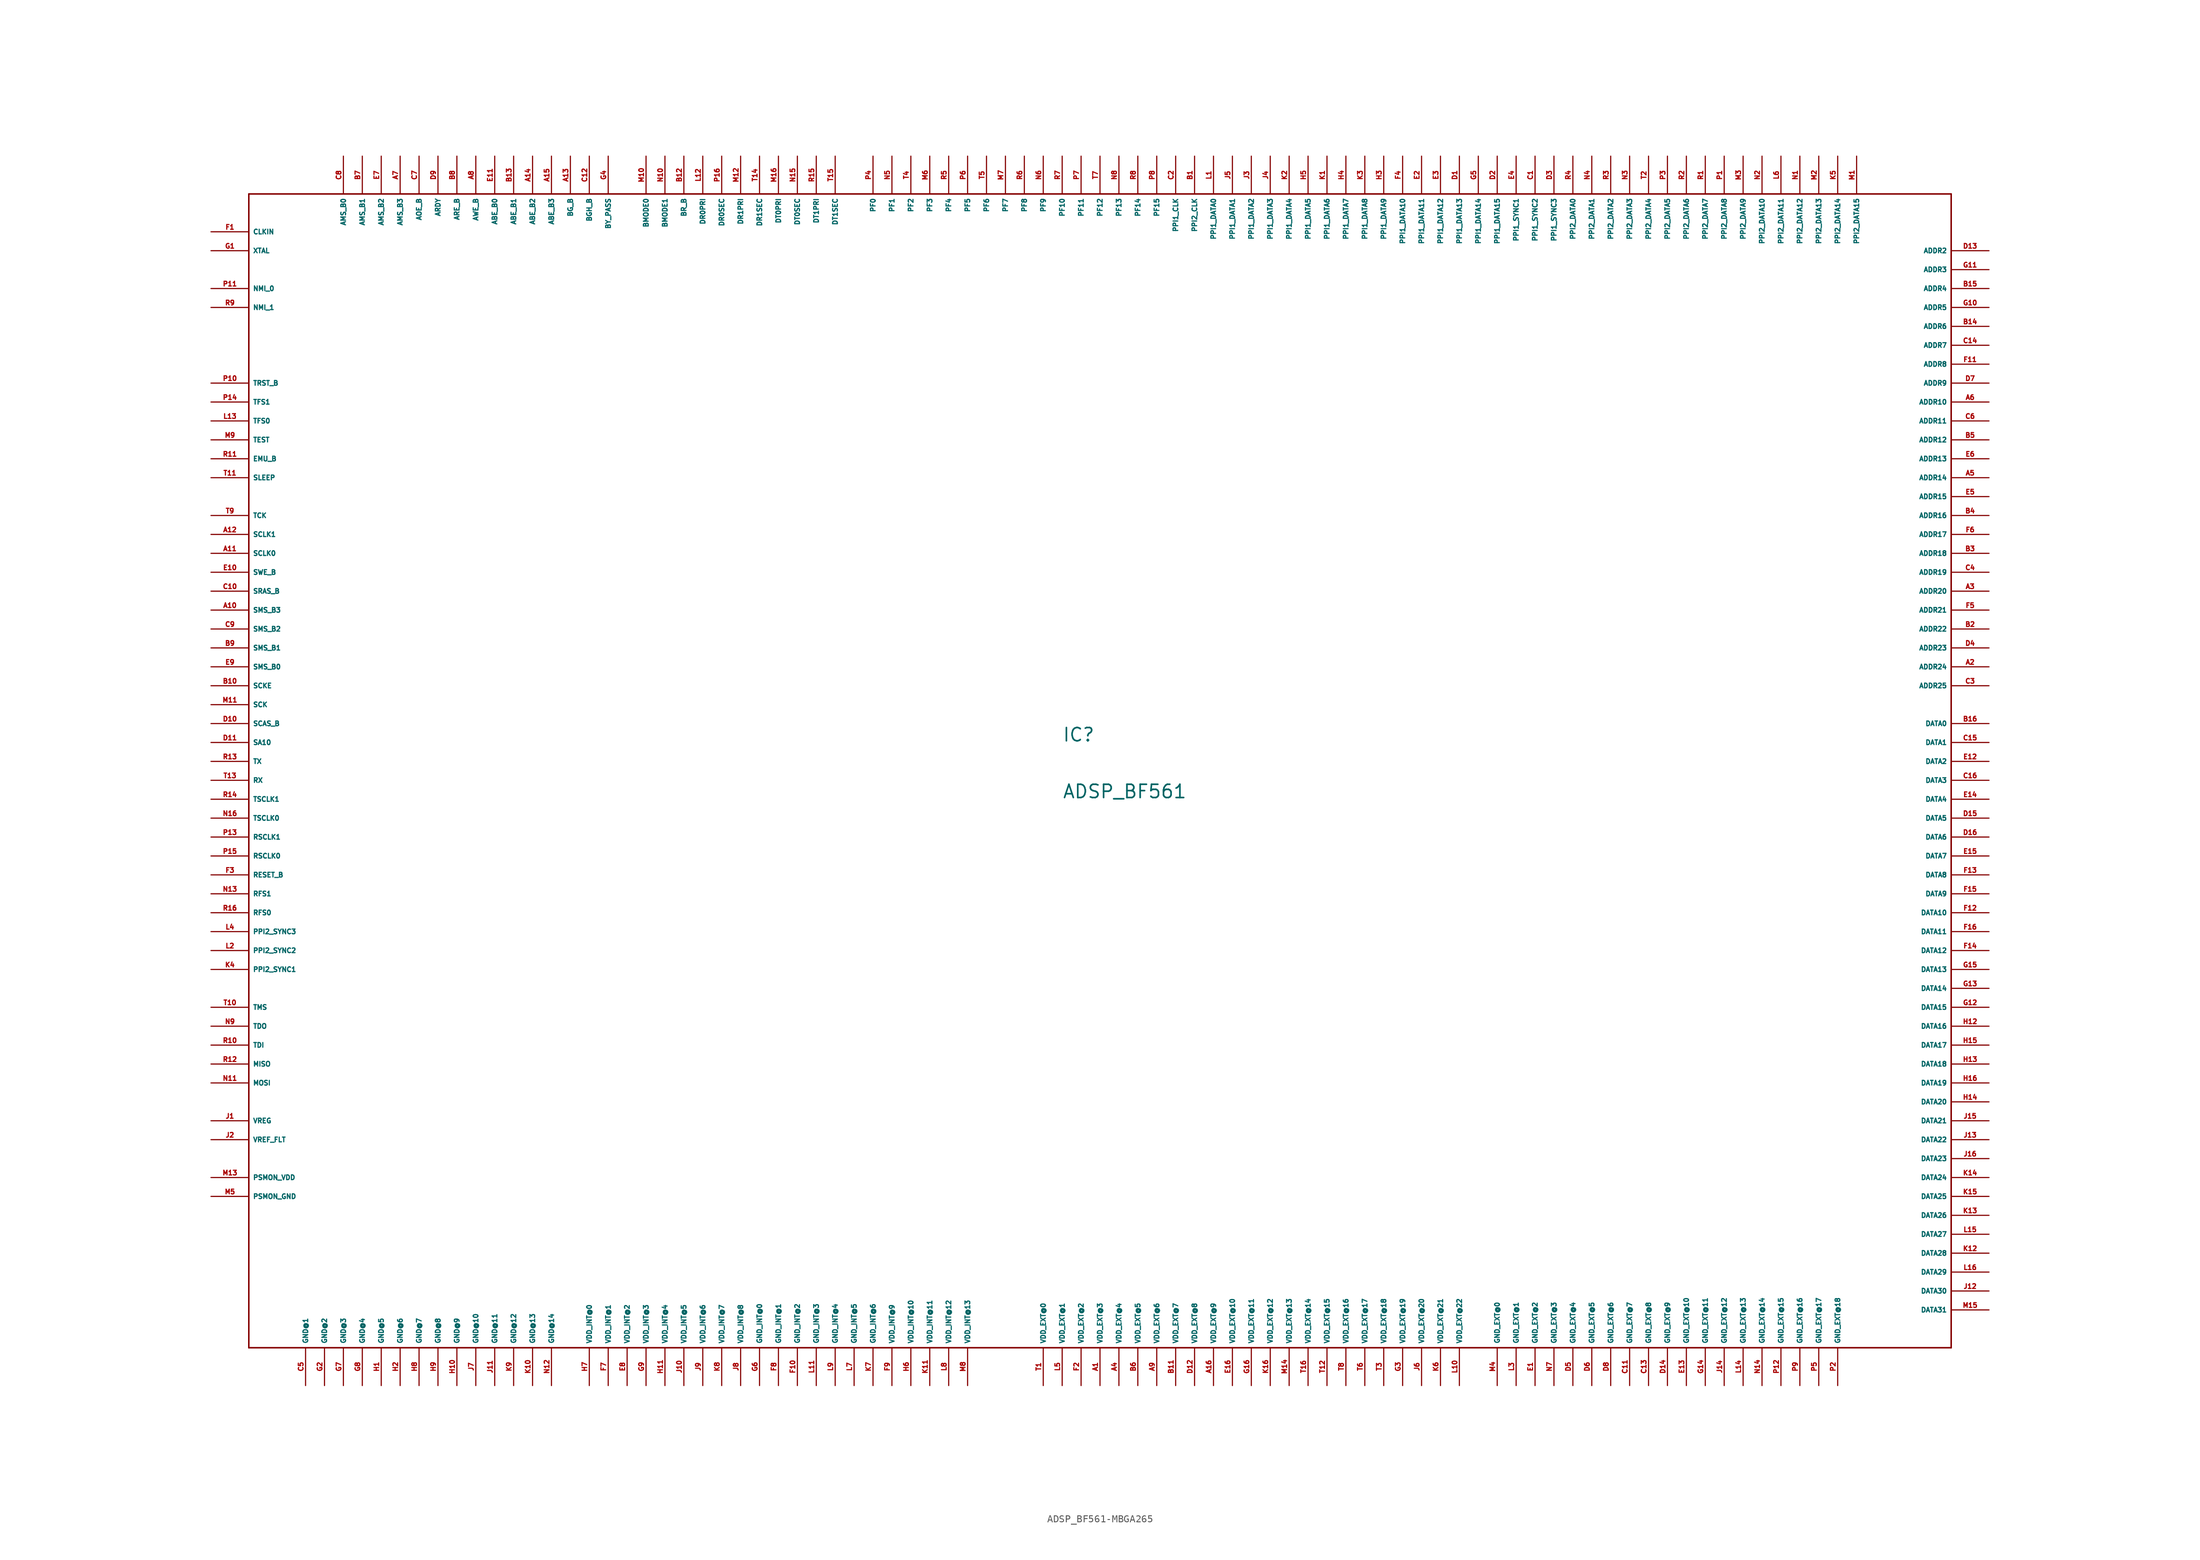
<source format=kicad_sym>
(kicad_symbol_lib
  (version 20220914)
  (generator Eagle2Kicad)
  (symbol "ADSP_BF561-MBGA265"
    (property "Reference" "IC"
      (at -5.08 2.54 0)
      (effects (font (size 1.778 1.778) (thickness 0.22)) (justify left bottom)))
    (property "Value" "ADSP_BF561"
      (at -5.08 -5.08 0)
      (effects (font (size 1.778 1.778) (thickness 0.22)) (justify left bottom)))
    (polyline
      (pts (xy -114.3 -78.74) (xy 114.3 -78.74))
      (stroke (width 0.203) (type default))
      (fill (type none)))
    (polyline
      (pts (xy 114.3 -78.74) (xy 114.3 76.2))
      (stroke (width 0.203) (type default))
      (fill (type none)))
    (polyline
      (pts (xy 114.3 76.2) (xy -114.3 76.2))
      (stroke (width 0.203) (type default))
      (fill (type none)))
    (polyline
      (pts (xy -114.3 76.2) (xy -114.3 -78.74))
      (stroke (width 0.203) (type default))
      (fill (type none)))
    (pin output line
      (at 119.38 68.58 180)
      (length 5.08)
      (name "ADDR2" (effects (font (size 0.635 0.635) (thickness 0.08)) (justify left bottom)))
      (number "D13" (effects (font (size 0.635 0.635) (thickness 0.08)) (justify left bottom))))
    (pin output line
      (at 119.38 66.04 180)
      (length 5.08)
      (name "ADDR3" (effects (font (size 0.635 0.635) (thickness 0.08)) (justify left bottom)))
      (number "G11" (effects (font (size 0.635 0.635) (thickness 0.08)) (justify left bottom))))
    (pin output line
      (at 119.38 63.5 180)
      (length 5.08)
      (name "ADDR4" (effects (font (size 0.635 0.635) (thickness 0.08)) (justify left bottom)))
      (number "B15" (effects (font (size 0.635 0.635) (thickness 0.08)) (justify left bottom))))
    (pin output line
      (at 119.38 60.96 180)
      (length 5.08)
      (name "ADDR5" (effects (font (size 0.635 0.635) (thickness 0.08)) (justify left bottom)))
      (number "G10" (effects (font (size 0.635 0.635) (thickness 0.08)) (justify left bottom))))
    (pin output line
      (at 119.38 58.42 180)
      (length 5.08)
      (name "ADDR6" (effects (font (size 0.635 0.635) (thickness 0.08)) (justify left bottom)))
      (number "B14" (effects (font (size 0.635 0.635) (thickness 0.08)) (justify left bottom))))
    (pin output line
      (at 119.38 55.88 180)
      (length 5.08)
      (name "ADDR7" (effects (font (size 0.635 0.635) (thickness 0.08)) (justify left bottom)))
      (number "C14" (effects (font (size 0.635 0.635) (thickness 0.08)) (justify left bottom))))
    (pin output line
      (at 119.38 53.34 180)
      (length 5.08)
      (name "ADDR8" (effects (font (size 0.635 0.635) (thickness 0.08)) (justify left bottom)))
      (number "F11" (effects (font (size 0.635 0.635) (thickness 0.08)) (justify left bottom))))
    (pin output line
      (at 119.38 50.8 180)
      (length 5.08)
      (name "ADDR9" (effects (font (size 0.635 0.635) (thickness 0.08)) (justify left bottom)))
      (number "D7" (effects (font (size 0.635 0.635) (thickness 0.08)) (justify left bottom))))
    (pin output line
      (at 119.38 48.26 180)
      (length 5.08)
      (name "ADDR10" (effects (font (size 0.635 0.635) (thickness 0.08)) (justify left bottom)))
      (number "A6" (effects (font (size 0.635 0.635) (thickness 0.08)) (justify left bottom))))
    (pin output line
      (at 119.38 45.72 180)
      (length 5.08)
      (name "ADDR11" (effects (font (size 0.635 0.635) (thickness 0.08)) (justify left bottom)))
      (number "C6" (effects (font (size 0.635 0.635) (thickness 0.08)) (justify left bottom))))
    (pin output line
      (at 119.38 43.18 180)
      (length 5.08)
      (name "ADDR12" (effects (font (size 0.635 0.635) (thickness 0.08)) (justify left bottom)))
      (number "B5" (effects (font (size 0.635 0.635) (thickness 0.08)) (justify left bottom))))
    (pin output line
      (at 119.38 40.64 180)
      (length 5.08)
      (name "ADDR13" (effects (font (size 0.635 0.635) (thickness 0.08)) (justify left bottom)))
      (number "E6" (effects (font (size 0.635 0.635) (thickness 0.08)) (justify left bottom))))
    (pin output line
      (at 119.38 38.1 180)
      (length 5.08)
      (name "ADDR14" (effects (font (size 0.635 0.635) (thickness 0.08)) (justify left bottom)))
      (number "A5" (effects (font (size 0.635 0.635) (thickness 0.08)) (justify left bottom))))
    (pin output line
      (at 119.38 35.56 180)
      (length 5.08)
      (name "ADDR15" (effects (font (size 0.635 0.635) (thickness 0.08)) (justify left bottom)))
      (number "E5" (effects (font (size 0.635 0.635) (thickness 0.08)) (justify left bottom))))
    (pin output line
      (at 119.38 33.02 180)
      (length 5.08)
      (name "ADDR16" (effects (font (size 0.635 0.635) (thickness 0.08)) (justify left bottom)))
      (number "B4" (effects (font (size 0.635 0.635) (thickness 0.08)) (justify left bottom))))
    (pin output line
      (at 119.38 30.48 180)
      (length 5.08)
      (name "ADDR17" (effects (font (size 0.635 0.635) (thickness 0.08)) (justify left bottom)))
      (number "F6" (effects (font (size 0.635 0.635) (thickness 0.08)) (justify left bottom))))
    (pin output line
      (at 119.38 27.94 180)
      (length 5.08)
      (name "ADDR18" (effects (font (size 0.635 0.635) (thickness 0.08)) (justify left bottom)))
      (number "B3" (effects (font (size 0.635 0.635) (thickness 0.08)) (justify left bottom))))
    (pin output line
      (at 119.38 25.4 180)
      (length 5.08)
      (name "ADDR19" (effects (font (size 0.635 0.635) (thickness 0.08)) (justify left bottom)))
      (number "C4" (effects (font (size 0.635 0.635) (thickness 0.08)) (justify left bottom))))
    (pin output line
      (at 119.38 22.86 180)
      (length 5.08)
      (name "ADDR20" (effects (font (size 0.635 0.635) (thickness 0.08)) (justify left bottom)))
      (number "A3" (effects (font (size 0.635 0.635) (thickness 0.08)) (justify left bottom))))
    (pin output line
      (at 119.38 20.32 180)
      (length 5.08)
      (name "ADDR21" (effects (font (size 0.635 0.635) (thickness 0.08)) (justify left bottom)))
      (number "F5" (effects (font (size 0.635 0.635) (thickness 0.08)) (justify left bottom))))
    (pin output line
      (at 119.38 17.78 180)
      (length 5.08)
      (name "ADDR22" (effects (font (size 0.635 0.635) (thickness 0.08)) (justify left bottom)))
      (number "B2" (effects (font (size 0.635 0.635) (thickness 0.08)) (justify left bottom))))
    (pin output line
      (at 119.38 15.24 180)
      (length 5.08)
      (name "ADDR23" (effects (font (size 0.635 0.635) (thickness 0.08)) (justify left bottom)))
      (number "D4" (effects (font (size 0.635 0.635) (thickness 0.08)) (justify left bottom))))
    (pin output line
      (at 119.38 12.7 180)
      (length 5.08)
      (name "ADDR24" (effects (font (size 0.635 0.635) (thickness 0.08)) (justify left bottom)))
      (number "A2" (effects (font (size 0.635 0.635) (thickness 0.08)) (justify left bottom))))
    (pin output line
      (at 119.38 10.16 180)
      (length 5.08)
      (name "ADDR25" (effects (font (size 0.635 0.635) (thickness 0.08)) (justify left bottom)))
      (number "C3" (effects (font (size 0.635 0.635) (thickness 0.08)) (justify left bottom))))
    (pin bidirectional line
      (at 119.38 5.08 180)
      (length 5.08)
      (name "DATA0" (effects (font (size 0.635 0.635) (thickness 0.08)) (justify left bottom)))
      (number "B16" (effects (font (size 0.635 0.635) (thickness 0.08)) (justify left bottom))))
    (pin bidirectional line
      (at 119.38 2.54 180)
      (length 5.08)
      (name "DATA1" (effects (font (size 0.635 0.635) (thickness 0.08)) (justify left bottom)))
      (number "C15" (effects (font (size 0.635 0.635) (thickness 0.08)) (justify left bottom))))
    (pin bidirectional line
      (at 119.38 0 180)
      (length 5.08)
      (name "DATA2" (effects (font (size 0.635 0.635) (thickness 0.08)) (justify left bottom)))
      (number "E12" (effects (font (size 0.635 0.635) (thickness 0.08)) (justify left bottom))))
    (pin bidirectional line
      (at 119.38 -2.54 180)
      (length 5.08)
      (name "DATA3" (effects (font (size 0.635 0.635) (thickness 0.08)) (justify left bottom)))
      (number "C16" (effects (font (size 0.635 0.635) (thickness 0.08)) (justify left bottom))))
    (pin bidirectional line
      (at 119.38 -5.08 180)
      (length 5.08)
      (name "DATA4" (effects (font (size 0.635 0.635) (thickness 0.08)) (justify left bottom)))
      (number "E14" (effects (font (size 0.635 0.635) (thickness 0.08)) (justify left bottom))))
    (pin bidirectional line
      (at 119.38 -7.62 180)
      (length 5.08)
      (name "DATA5" (effects (font (size 0.635 0.635) (thickness 0.08)) (justify left bottom)))
      (number "D15" (effects (font (size 0.635 0.635) (thickness 0.08)) (justify left bottom))))
    (pin bidirectional line
      (at 119.38 -10.16 180)
      (length 5.08)
      (name "DATA6" (effects (font (size 0.635 0.635) (thickness 0.08)) (justify left bottom)))
      (number "D16" (effects (font (size 0.635 0.635) (thickness 0.08)) (justify left bottom))))
    (pin bidirectional line
      (at 119.38 -12.7 180)
      (length 5.08)
      (name "DATA7" (effects (font (size 0.635 0.635) (thickness 0.08)) (justify left bottom)))
      (number "E15" (effects (font (size 0.635 0.635) (thickness 0.08)) (justify left bottom))))
    (pin bidirectional line
      (at 119.38 -15.24 180)
      (length 5.08)
      (name "DATA8" (effects (font (size 0.635 0.635) (thickness 0.08)) (justify left bottom)))
      (number "F13" (effects (font (size 0.635 0.635) (thickness 0.08)) (justify left bottom))))
    (pin bidirectional line
      (at 119.38 -17.78 180)
      (length 5.08)
      (name "DATA9" (effects (font (size 0.635 0.635) (thickness 0.08)) (justify left bottom)))
      (number "F15" (effects (font (size 0.635 0.635) (thickness 0.08)) (justify left bottom))))
    (pin bidirectional line
      (at 119.38 -20.32 180)
      (length 5.08)
      (name "DATA10" (effects (font (size 0.635 0.635) (thickness 0.08)) (justify left bottom)))
      (number "F12" (effects (font (size 0.635 0.635) (thickness 0.08)) (justify left bottom))))
    (pin bidirectional line
      (at 119.38 -22.86 180)
      (length 5.08)
      (name "DATA11" (effects (font (size 0.635 0.635) (thickness 0.08)) (justify left bottom)))
      (number "F16" (effects (font (size 0.635 0.635) (thickness 0.08)) (justify left bottom))))
    (pin bidirectional line
      (at 119.38 -25.4 180)
      (length 5.08)
      (name "DATA12" (effects (font (size 0.635 0.635) (thickness 0.08)) (justify left bottom)))
      (number "F14" (effects (font (size 0.635 0.635) (thickness 0.08)) (justify left bottom))))
    (pin bidirectional line
      (at 119.38 -27.94 180)
      (length 5.08)
      (name "DATA13" (effects (font (size 0.635 0.635) (thickness 0.08)) (justify left bottom)))
      (number "G15" (effects (font (size 0.635 0.635) (thickness 0.08)) (justify left bottom))))
    (pin bidirectional line
      (at 119.38 -30.48 180)
      (length 5.08)
      (name "DATA14" (effects (font (size 0.635 0.635) (thickness 0.08)) (justify left bottom)))
      (number "G13" (effects (font (size 0.635 0.635) (thickness 0.08)) (justify left bottom))))
    (pin bidirectional line
      (at 119.38 -33.02 180)
      (length 5.08)
      (name "DATA15" (effects (font (size 0.635 0.635) (thickness 0.08)) (justify left bottom)))
      (number "G12" (effects (font (size 0.635 0.635) (thickness 0.08)) (justify left bottom))))
    (pin bidirectional line
      (at 119.38 -35.56 180)
      (length 5.08)
      (name "DATA16" (effects (font (size 0.635 0.635) (thickness 0.08)) (justify left bottom)))
      (number "H12" (effects (font (size 0.635 0.635) (thickness 0.08)) (justify left bottom))))
    (pin bidirectional line
      (at 119.38 -38.1 180)
      (length 5.08)
      (name "DATA17" (effects (font (size 0.635 0.635) (thickness 0.08)) (justify left bottom)))
      (number "H15" (effects (font (size 0.635 0.635) (thickness 0.08)) (justify left bottom))))
    (pin bidirectional line
      (at 119.38 -40.64 180)
      (length 5.08)
      (name "DATA18" (effects (font (size 0.635 0.635) (thickness 0.08)) (justify left bottom)))
      (number "H13" (effects (font (size 0.635 0.635) (thickness 0.08)) (justify left bottom))))
    (pin bidirectional line
      (at 119.38 -43.18 180)
      (length 5.08)
      (name "DATA19" (effects (font (size 0.635 0.635) (thickness 0.08)) (justify left bottom)))
      (number "H16" (effects (font (size 0.635 0.635) (thickness 0.08)) (justify left bottom))))
    (pin bidirectional line
      (at 119.38 -45.72 180)
      (length 5.08)
      (name "DATA20" (effects (font (size 0.635 0.635) (thickness 0.08)) (justify left bottom)))
      (number "H14" (effects (font (size 0.635 0.635) (thickness 0.08)) (justify left bottom))))
    (pin bidirectional line
      (at 119.38 -48.26 180)
      (length 5.08)
      (name "DATA21" (effects (font (size 0.635 0.635) (thickness 0.08)) (justify left bottom)))
      (number "J15" (effects (font (size 0.635 0.635) (thickness 0.08)) (justify left bottom))))
    (pin bidirectional line
      (at 119.38 -50.8 180)
      (length 5.08)
      (name "DATA22" (effects (font (size 0.635 0.635) (thickness 0.08)) (justify left bottom)))
      (number "J13" (effects (font (size 0.635 0.635) (thickness 0.08)) (justify left bottom))))
    (pin bidirectional line
      (at 119.38 -53.34 180)
      (length 5.08)
      (name "DATA23" (effects (font (size 0.635 0.635) (thickness 0.08)) (justify left bottom)))
      (number "J16" (effects (font (size 0.635 0.635) (thickness 0.08)) (justify left bottom))))
    (pin bidirectional line
      (at 119.38 -55.88 180)
      (length 5.08)
      (name "DATA24" (effects (font (size 0.635 0.635) (thickness 0.08)) (justify left bottom)))
      (number "K14" (effects (font (size 0.635 0.635) (thickness 0.08)) (justify left bottom))))
    (pin bidirectional line
      (at 119.38 -58.42 180)
      (length 5.08)
      (name "DATA25" (effects (font (size 0.635 0.635) (thickness 0.08)) (justify left bottom)))
      (number "K15" (effects (font (size 0.635 0.635) (thickness 0.08)) (justify left bottom))))
    (pin bidirectional line
      (at 119.38 -60.96 180)
      (length 5.08)
      (name "DATA26" (effects (font (size 0.635 0.635) (thickness 0.08)) (justify left bottom)))
      (number "K13" (effects (font (size 0.635 0.635) (thickness 0.08)) (justify left bottom))))
    (pin bidirectional line
      (at 119.38 -63.5 180)
      (length 5.08)
      (name "DATA27" (effects (font (size 0.635 0.635) (thickness 0.08)) (justify left bottom)))
      (number "L15" (effects (font (size 0.635 0.635) (thickness 0.08)) (justify left bottom))))
    (pin bidirectional line
      (at 119.38 -66.04 180)
      (length 5.08)
      (name "DATA28" (effects (font (size 0.635 0.635) (thickness 0.08)) (justify left bottom)))
      (number "K12" (effects (font (size 0.635 0.635) (thickness 0.08)) (justify left bottom))))
    (pin bidirectional line
      (at 119.38 -68.58 180)
      (length 5.08)
      (name "DATA29" (effects (font (size 0.635 0.635) (thickness 0.08)) (justify left bottom)))
      (number "L16" (effects (font (size 0.635 0.635) (thickness 0.08)) (justify left bottom))))
    (pin bidirectional line
      (at 119.38 -71.12 180)
      (length 5.08)
      (name "DATA30" (effects (font (size 0.635 0.635) (thickness 0.08)) (justify left bottom)))
      (number "J12" (effects (font (size 0.635 0.635) (thickness 0.08)) (justify left bottom))))
    (pin bidirectional line
      (at 119.38 -73.66 180)
      (length 5.08)
      (name "DATA31" (effects (font (size 0.635 0.635) (thickness 0.08)) (justify left bottom)))
      (number "M15" (effects (font (size 0.635 0.635) (thickness 0.08)) (justify left bottom))))
    (pin output line
      (at -101.6 81.28 270)
      (length 5.08)
      (name "AMS_B0" (effects (font (size 0.635 0.635) (thickness 0.08)) (justify left bottom)))
      (number "C8" (effects (font (size 0.635 0.635) (thickness 0.08)) (justify left bottom))))
    (pin output line
      (at -99.06 81.28 270)
      (length 5.08)
      (name "AMS_B1" (effects (font (size 0.635 0.635) (thickness 0.08)) (justify left bottom)))
      (number "B7" (effects (font (size 0.635 0.635) (thickness 0.08)) (justify left bottom))))
    (pin output line
      (at -96.52 81.28 270)
      (length 5.08)
      (name "AMS_B2" (effects (font (size 0.635 0.635) (thickness 0.08)) (justify left bottom)))
      (number "E7" (effects (font (size 0.635 0.635) (thickness 0.08)) (justify left bottom))))
    (pin output line
      (at -93.98 81.28 270)
      (length 5.08)
      (name "AMS_B3" (effects (font (size 0.635 0.635) (thickness 0.08)) (justify left bottom)))
      (number "A7" (effects (font (size 0.635 0.635) (thickness 0.08)) (justify left bottom))))
    (pin output line
      (at -91.44 81.28 270)
      (length 5.08)
      (name "AOE_B" (effects (font (size 0.635 0.635) (thickness 0.08)) (justify left bottom)))
      (number "C7" (effects (font (size 0.635 0.635) (thickness 0.08)) (justify left bottom))))
    (pin input line
      (at -88.9 81.28 270)
      (length 5.08)
      (name "ARDY" (effects (font (size 0.635 0.635) (thickness 0.08)) (justify left bottom)))
      (number "D9" (effects (font (size 0.635 0.635) (thickness 0.08)) (justify left bottom))))
    (pin output line
      (at -86.36 81.28 270)
      (length 5.08)
      (name "ARE_B" (effects (font (size 0.635 0.635) (thickness 0.08)) (justify left bottom)))
      (number "B8" (effects (font (size 0.635 0.635) (thickness 0.08)) (justify left bottom))))
    (pin output line
      (at -83.82 81.28 270)
      (length 5.08)
      (name "AWE_B" (effects (font (size 0.635 0.635) (thickness 0.08)) (justify left bottom)))
      (number "A8" (effects (font (size 0.635 0.635) (thickness 0.08)) (justify left bottom))))
    (pin output line
      (at -81.28 81.28 270)
      (length 5.08)
      (name "ABE_B0" (effects (font (size 0.635 0.635) (thickness 0.08)) (justify left bottom)))
      (number "E11" (effects (font (size 0.635 0.635) (thickness 0.08)) (justify left bottom))))
    (pin output line
      (at -78.74 81.28 270)
      (length 5.08)
      (name "ABE_B1" (effects (font (size 0.635 0.635) (thickness 0.08)) (justify left bottom)))
      (number "B13" (effects (font (size 0.635 0.635) (thickness 0.08)) (justify left bottom))))
    (pin output line
      (at -76.2 81.28 270)
      (length 5.08)
      (name "ABE_B2" (effects (font (size 0.635 0.635) (thickness 0.08)) (justify left bottom)))
      (number "A14" (effects (font (size 0.635 0.635) (thickness 0.08)) (justify left bottom))))
    (pin output line
      (at -73.66 81.28 270)
      (length 5.08)
      (name "ABE_B3" (effects (font (size 0.635 0.635) (thickness 0.08)) (justify left bottom)))
      (number "A15" (effects (font (size 0.635 0.635) (thickness 0.08)) (justify left bottom))))
    (pin output line
      (at -71.12 81.28 270)
      (length 5.08)
      (name "BG_B" (effects (font (size 0.635 0.635) (thickness 0.08)) (justify left bottom)))
      (number "A13" (effects (font (size 0.635 0.635) (thickness 0.08)) (justify left bottom))))
    (pin output line
      (at -68.58 81.28 270)
      (length 5.08)
      (name "BGH_B" (effects (font (size 0.635 0.635) (thickness 0.08)) (justify left bottom)))
      (number "C12" (effects (font (size 0.635 0.635) (thickness 0.08)) (justify left bottom))))
    (pin input line
      (at -66.04 81.28 270)
      (length 5.08)
      (name "BY_PASS" (effects (font (size 0.635 0.635) (thickness 0.08)) (justify left bottom)))
      (number "G4" (effects (font (size 0.635 0.635) (thickness 0.08)) (justify left bottom))))
    (pin output line
      (at -119.38 38.1 0)
      (length 5.08)
      (name "SLEEP" (effects (font (size 0.635 0.635) (thickness 0.08)) (justify left bottom)))
      (number "T11" (effects (font (size 0.635 0.635) (thickness 0.08)) (justify left bottom))))
    (pin input line
      (at -60.96 81.28 270)
      (length 5.08)
      (name "BMODE0" (effects (font (size 0.635 0.635) (thickness 0.08)) (justify left bottom)))
      (number "M10" (effects (font (size 0.635 0.635) (thickness 0.08)) (justify left bottom))))
    (pin input line
      (at -58.42 81.28 270)
      (length 5.08)
      (name "BMODE1" (effects (font (size 0.635 0.635) (thickness 0.08)) (justify left bottom)))
      (number "N10" (effects (font (size 0.635 0.635) (thickness 0.08)) (justify left bottom))))
    (pin input line
      (at -55.88 81.28 270)
      (length 5.08)
      (name "BR_B" (effects (font (size 0.635 0.635) (thickness 0.08)) (justify left bottom)))
      (number "B12" (effects (font (size 0.635 0.635) (thickness 0.08)) (justify left bottom))))
    (pin bidirectional line
      (at -53.34 81.28 270)
      (length 5.08)
      (name "DR0PRI" (effects (font (size 0.635 0.635) (thickness 0.08)) (justify left bottom)))
      (number "L12" (effects (font (size 0.635 0.635) (thickness 0.08)) (justify left bottom))))
    (pin bidirectional line
      (at -50.8 81.28 270)
      (length 5.08)
      (name "DR0SEC" (effects (font (size 0.635 0.635) (thickness 0.08)) (justify left bottom)))
      (number "P16" (effects (font (size 0.635 0.635) (thickness 0.08)) (justify left bottom))))
    (pin bidirectional line
      (at -48.26 81.28 270)
      (length 5.08)
      (name "DR1PRI" (effects (font (size 0.635 0.635) (thickness 0.08)) (justify left bottom)))
      (number "M12" (effects (font (size 0.635 0.635) (thickness 0.08)) (justify left bottom))))
    (pin bidirectional line
      (at -45.72 81.28 270)
      (length 5.08)
      (name "DR1SEC" (effects (font (size 0.635 0.635) (thickness 0.08)) (justify left bottom)))
      (number "T14" (effects (font (size 0.635 0.635) (thickness 0.08)) (justify left bottom))))
    (pin bidirectional line
      (at -43.18 81.28 270)
      (length 5.08)
      (name "DT0PRI" (effects (font (size 0.635 0.635) (thickness 0.08)) (justify left bottom)))
      (number "M16" (effects (font (size 0.635 0.635) (thickness 0.08)) (justify left bottom))))
    (pin bidirectional line
      (at -40.64 81.28 270)
      (length 5.08)
      (name "DT0SEC" (effects (font (size 0.635 0.635) (thickness 0.08)) (justify left bottom)))
      (number "N15" (effects (font (size 0.635 0.635) (thickness 0.08)) (justify left bottom))))
    (pin bidirectional line
      (at -38.1 81.28 270)
      (length 5.08)
      (name "DT1PRI" (effects (font (size 0.635 0.635) (thickness 0.08)) (justify left bottom)))
      (number "R15" (effects (font (size 0.635 0.635) (thickness 0.08)) (justify left bottom))))
    (pin bidirectional line
      (at -35.56 81.28 270)
      (length 5.08)
      (name "DT1SEC" (effects (font (size 0.635 0.635) (thickness 0.08)) (justify left bottom)))
      (number "T15" (effects (font (size 0.635 0.635) (thickness 0.08)) (justify left bottom))))
    (pin bidirectional line
      (at -119.38 -40.64 0)
      (length 5.08)
      (name "MISO" (effects (font (size 0.635 0.635) (thickness 0.08)) (justify left bottom)))
      (number "R12" (effects (font (size 0.635 0.635) (thickness 0.08)) (justify left bottom))))
    (pin bidirectional line
      (at -119.38 -43.18 0)
      (length 5.08)
      (name "MOSI" (effects (font (size 0.635 0.635) (thickness 0.08)) (justify left bottom)))
      (number "N11" (effects (font (size 0.635 0.635) (thickness 0.08)) (justify left bottom))))
    (pin input line
      (at -119.38 63.5 0)
      (length 5.08)
      (name "NMI_0" (effects (font (size 0.635 0.635) (thickness 0.08)) (justify left bottom)))
      (number "P11" (effects (font (size 0.635 0.635) (thickness 0.08)) (justify left bottom))))
    (pin input line
      (at -119.38 60.96 0)
      (length 5.08)
      (name "NMI_1" (effects (font (size 0.635 0.635) (thickness 0.08)) (justify left bottom)))
      (number "R9" (effects (font (size 0.635 0.635) (thickness 0.08)) (justify left bottom))))
    (pin bidirectional line
      (at -30.48 81.28 270)
      (length 5.08)
      (name "PF0" (effects (font (size 0.635 0.635) (thickness 0.08)) (justify left bottom)))
      (number "P4" (effects (font (size 0.635 0.635) (thickness 0.08)) (justify left bottom))))
    (pin bidirectional line
      (at -27.94 81.28 270)
      (length 5.08)
      (name "PF1" (effects (font (size 0.635 0.635) (thickness 0.08)) (justify left bottom)))
      (number "N5" (effects (font (size 0.635 0.635) (thickness 0.08)) (justify left bottom))))
    (pin bidirectional line
      (at -25.4 81.28 270)
      (length 5.08)
      (name "PF2" (effects (font (size 0.635 0.635) (thickness 0.08)) (justify left bottom)))
      (number "T4" (effects (font (size 0.635 0.635) (thickness 0.08)) (justify left bottom))))
    (pin bidirectional line
      (at -22.86 81.28 270)
      (length 5.08)
      (name "PF3" (effects (font (size 0.635 0.635) (thickness 0.08)) (justify left bottom)))
      (number "M6" (effects (font (size 0.635 0.635) (thickness 0.08)) (justify left bottom))))
    (pin bidirectional line
      (at -20.32 81.28 270)
      (length 5.08)
      (name "PF4" (effects (font (size 0.635 0.635) (thickness 0.08)) (justify left bottom)))
      (number "R5" (effects (font (size 0.635 0.635) (thickness 0.08)) (justify left bottom))))
    (pin bidirectional line
      (at -17.78 81.28 270)
      (length 5.08)
      (name "PF5" (effects (font (size 0.635 0.635) (thickness 0.08)) (justify left bottom)))
      (number "P6" (effects (font (size 0.635 0.635) (thickness 0.08)) (justify left bottom))))
    (pin bidirectional line
      (at -15.24 81.28 270)
      (length 5.08)
      (name "PF6" (effects (font (size 0.635 0.635) (thickness 0.08)) (justify left bottom)))
      (number "T5" (effects (font (size 0.635 0.635) (thickness 0.08)) (justify left bottom))))
    (pin bidirectional line
      (at -12.7 81.28 270)
      (length 5.08)
      (name "PF7" (effects (font (size 0.635 0.635) (thickness 0.08)) (justify left bottom)))
      (number "M7" (effects (font (size 0.635 0.635) (thickness 0.08)) (justify left bottom))))
    (pin bidirectional line
      (at -10.16 81.28 270)
      (length 5.08)
      (name "PF8" (effects (font (size 0.635 0.635) (thickness 0.08)) (justify left bottom)))
      (number "R6" (effects (font (size 0.635 0.635) (thickness 0.08)) (justify left bottom))))
    (pin bidirectional line
      (at -7.62 81.28 270)
      (length 5.08)
      (name "PF9" (effects (font (size 0.635 0.635) (thickness 0.08)) (justify left bottom)))
      (number "N6" (effects (font (size 0.635 0.635) (thickness 0.08)) (justify left bottom))))
    (pin bidirectional line
      (at -5.08 81.28 270)
      (length 5.08)
      (name "PF10" (effects (font (size 0.635 0.635) (thickness 0.08)) (justify left bottom)))
      (number "R7" (effects (font (size 0.635 0.635) (thickness 0.08)) (justify left bottom))))
    (pin bidirectional line
      (at -2.54 81.28 270)
      (length 5.08)
      (name "PF11" (effects (font (size 0.635 0.635) (thickness 0.08)) (justify left bottom)))
      (number "P7" (effects (font (size 0.635 0.635) (thickness 0.08)) (justify left bottom))))
    (pin bidirectional line
      (at 0 81.28 270)
      (length 5.08)
      (name "PF12" (effects (font (size 0.635 0.635) (thickness 0.08)) (justify left bottom)))
      (number "T7" (effects (font (size 0.635 0.635) (thickness 0.08)) (justify left bottom))))
    (pin bidirectional line
      (at 2.54 81.28 270)
      (length 5.08)
      (name "PF13" (effects (font (size 0.635 0.635) (thickness 0.08)) (justify left bottom)))
      (number "N8" (effects (font (size 0.635 0.635) (thickness 0.08)) (justify left bottom))))
    (pin bidirectional line
      (at 5.08 81.28 270)
      (length 5.08)
      (name "PF14" (effects (font (size 0.635 0.635) (thickness 0.08)) (justify left bottom)))
      (number "R8" (effects (font (size 0.635 0.635) (thickness 0.08)) (justify left bottom))))
    (pin bidirectional line
      (at 7.62 81.28 270)
      (length 5.08)
      (name "PF15" (effects (font (size 0.635 0.635) (thickness 0.08)) (justify left bottom)))
      (number "P8" (effects (font (size 0.635 0.635) (thickness 0.08)) (justify left bottom))))
    (pin input line
      (at 10.16 81.28 270)
      (length 5.08)
      (name "PPI1_CLK" (effects (font (size 0.635 0.635) (thickness 0.08)) (justify left bottom)))
      (number "C2" (effects (font (size 0.635 0.635) (thickness 0.08)) (justify left bottom))))
    (pin input line
      (at 12.7 81.28 270)
      (length 5.08)
      (name "PPI2_CLK" (effects (font (size 0.635 0.635) (thickness 0.08)) (justify left bottom)))
      (number "B1" (effects (font (size 0.635 0.635) (thickness 0.08)) (justify left bottom))))
    (pin bidirectional line
      (at 15.24 81.28 270)
      (length 5.08)
      (name "PPI1_DATA0" (effects (font (size 0.635 0.635) (thickness 0.08)) (justify left bottom)))
      (number "L1" (effects (font (size 0.635 0.635) (thickness 0.08)) (justify left bottom))))
    (pin bidirectional line
      (at 17.78 81.28 270)
      (length 5.08)
      (name "PPI1_DATA1" (effects (font (size 0.635 0.635) (thickness 0.08)) (justify left bottom)))
      (number "J5" (effects (font (size 0.635 0.635) (thickness 0.08)) (justify left bottom))))
    (pin bidirectional line
      (at 20.32 81.28 270)
      (length 5.08)
      (name "PPI1_DATA2" (effects (font (size 0.635 0.635) (thickness 0.08)) (justify left bottom)))
      (number "J3" (effects (font (size 0.635 0.635) (thickness 0.08)) (justify left bottom))))
    (pin bidirectional line
      (at 22.86 81.28 270)
      (length 5.08)
      (name "PPI1_DATA3" (effects (font (size 0.635 0.635) (thickness 0.08)) (justify left bottom)))
      (number "J4" (effects (font (size 0.635 0.635) (thickness 0.08)) (justify left bottom))))
    (pin bidirectional line
      (at 25.4 81.28 270)
      (length 5.08)
      (name "PPI1_DATA4" (effects (font (size 0.635 0.635) (thickness 0.08)) (justify left bottom)))
      (number "K2" (effects (font (size 0.635 0.635) (thickness 0.08)) (justify left bottom))))
    (pin bidirectional line
      (at 27.94 81.28 270)
      (length 5.08)
      (name "PPI1_DATA5" (effects (font (size 0.635 0.635) (thickness 0.08)) (justify left bottom)))
      (number "H5" (effects (font (size 0.635 0.635) (thickness 0.08)) (justify left bottom))))
    (pin bidirectional line
      (at 30.48 81.28 270)
      (length 5.08)
      (name "PPI1_DATA6" (effects (font (size 0.635 0.635) (thickness 0.08)) (justify left bottom)))
      (number "K1" (effects (font (size 0.635 0.635) (thickness 0.08)) (justify left bottom))))
    (pin bidirectional line
      (at 33.02 81.28 270)
      (length 5.08)
      (name "PPI1_DATA7" (effects (font (size 0.635 0.635) (thickness 0.08)) (justify left bottom)))
      (number "H4" (effects (font (size 0.635 0.635) (thickness 0.08)) (justify left bottom))))
    (pin bidirectional line
      (at 35.56 81.28 270)
      (length 5.08)
      (name "PPI1_DATA8" (effects (font (size 0.635 0.635) (thickness 0.08)) (justify left bottom)))
      (number "K3" (effects (font (size 0.635 0.635) (thickness 0.08)) (justify left bottom))))
    (pin bidirectional line
      (at 38.1 81.28 270)
      (length 5.08)
      (name "PPI1_DATA9" (effects (font (size 0.635 0.635) (thickness 0.08)) (justify left bottom)))
      (number "H3" (effects (font (size 0.635 0.635) (thickness 0.08)) (justify left bottom))))
    (pin bidirectional line
      (at 40.64 81.28 270)
      (length 5.08)
      (name "PPI1_DATA10" (effects (font (size 0.635 0.635) (thickness 0.08)) (justify left bottom)))
      (number "F4" (effects (font (size 0.635 0.635) (thickness 0.08)) (justify left bottom))))
    (pin bidirectional line
      (at 43.18 81.28 270)
      (length 5.08)
      (name "PPI1_DATA11" (effects (font (size 0.635 0.635) (thickness 0.08)) (justify left bottom)))
      (number "E2" (effects (font (size 0.635 0.635) (thickness 0.08)) (justify left bottom))))
    (pin bidirectional line
      (at 45.72 81.28 270)
      (length 5.08)
      (name "PPI1_DATA12" (effects (font (size 0.635 0.635) (thickness 0.08)) (justify left bottom)))
      (number "E3" (effects (font (size 0.635 0.635) (thickness 0.08)) (justify left bottom))))
    (pin bidirectional line
      (at 48.26 81.28 270)
      (length 5.08)
      (name "PPI1_DATA13" (effects (font (size 0.635 0.635) (thickness 0.08)) (justify left bottom)))
      (number "D1" (effects (font (size 0.635 0.635) (thickness 0.08)) (justify left bottom))))
    (pin bidirectional line
      (at 50.8 81.28 270)
      (length 5.08)
      (name "PPI1_DATA14" (effects (font (size 0.635 0.635) (thickness 0.08)) (justify left bottom)))
      (number "G5" (effects (font (size 0.635 0.635) (thickness 0.08)) (justify left bottom))))
    (pin bidirectional line
      (at 53.34 81.28 270)
      (length 5.08)
      (name "PPI1_DATA15" (effects (font (size 0.635 0.635) (thickness 0.08)) (justify left bottom)))
      (number "D2" (effects (font (size 0.635 0.635) (thickness 0.08)) (justify left bottom))))
    (pin bidirectional line
      (at 55.88 81.28 270)
      (length 5.08)
      (name "PPI1_SYNC1" (effects (font (size 0.635 0.635) (thickness 0.08)) (justify left bottom)))
      (number "E4" (effects (font (size 0.635 0.635) (thickness 0.08)) (justify left bottom))))
    (pin bidirectional line
      (at 58.42 81.28 270)
      (length 5.08)
      (name "PPI1_SYNC2" (effects (font (size 0.635 0.635) (thickness 0.08)) (justify left bottom)))
      (number "C1" (effects (font (size 0.635 0.635) (thickness 0.08)) (justify left bottom))))
    (pin bidirectional line
      (at 60.96 81.28 270)
      (length 5.08)
      (name "PPI1_SYNC3" (effects (font (size 0.635 0.635) (thickness 0.08)) (justify left bottom)))
      (number "D3" (effects (font (size 0.635 0.635) (thickness 0.08)) (justify left bottom))))
    (pin bidirectional line
      (at 63.5 81.28 270)
      (length 5.08)
      (name "PPI2_DATA0" (effects (font (size 0.635 0.635) (thickness 0.08)) (justify left bottom)))
      (number "R4" (effects (font (size 0.635 0.635) (thickness 0.08)) (justify left bottom))))
    (pin bidirectional line
      (at 66.04 81.28 270)
      (length 5.08)
      (name "PPI2_DATA1" (effects (font (size 0.635 0.635) (thickness 0.08)) (justify left bottom)))
      (number "N4" (effects (font (size 0.635 0.635) (thickness 0.08)) (justify left bottom))))
    (pin bidirectional line
      (at 68.58 81.28 270)
      (length 5.08)
      (name "PPI2_DATA2" (effects (font (size 0.635 0.635) (thickness 0.08)) (justify left bottom)))
      (number "R3" (effects (font (size 0.635 0.635) (thickness 0.08)) (justify left bottom))))
    (pin bidirectional line
      (at 71.12 81.28 270)
      (length 5.08)
      (name "PPI2_DATA3" (effects (font (size 0.635 0.635) (thickness 0.08)) (justify left bottom)))
      (number "N3" (effects (font (size 0.635 0.635) (thickness 0.08)) (justify left bottom))))
    (pin bidirectional line
      (at 73.66 81.28 270)
      (length 5.08)
      (name "PPI2_DATA4" (effects (font (size 0.635 0.635) (thickness 0.08)) (justify left bottom)))
      (number "T2" (effects (font (size 0.635 0.635) (thickness 0.08)) (justify left bottom))))
    (pin bidirectional line
      (at 76.2 81.28 270)
      (length 5.08)
      (name "PPI2_DATA5" (effects (font (size 0.635 0.635) (thickness 0.08)) (justify left bottom)))
      (number "P3" (effects (font (size 0.635 0.635) (thickness 0.08)) (justify left bottom))))
    (pin bidirectional line
      (at 78.74 81.28 270)
      (length 5.08)
      (name "PPI2_DATA6" (effects (font (size 0.635 0.635) (thickness 0.08)) (justify left bottom)))
      (number "R2" (effects (font (size 0.635 0.635) (thickness 0.08)) (justify left bottom))))
    (pin bidirectional line
      (at 81.28 81.28 270)
      (length 5.08)
      (name "PPI2_DATA7" (effects (font (size 0.635 0.635) (thickness 0.08)) (justify left bottom)))
      (number "R1" (effects (font (size 0.635 0.635) (thickness 0.08)) (justify left bottom))))
    (pin bidirectional line
      (at 83.82 81.28 270)
      (length 5.08)
      (name "PPI2_DATA8" (effects (font (size 0.635 0.635) (thickness 0.08)) (justify left bottom)))
      (number "P1" (effects (font (size 0.635 0.635) (thickness 0.08)) (justify left bottom))))
    (pin bidirectional line
      (at 86.36 81.28 270)
      (length 5.08)
      (name "PPI2_DATA9" (effects (font (size 0.635 0.635) (thickness 0.08)) (justify left bottom)))
      (number "M3" (effects (font (size 0.635 0.635) (thickness 0.08)) (justify left bottom))))
    (pin bidirectional line
      (at 88.9 81.28 270)
      (length 5.08)
      (name "PPI2_DATA10" (effects (font (size 0.635 0.635) (thickness 0.08)) (justify left bottom)))
      (number "N2" (effects (font (size 0.635 0.635) (thickness 0.08)) (justify left bottom))))
    (pin bidirectional line
      (at 91.44 81.28 270)
      (length 5.08)
      (name "PPI2_DATA11" (effects (font (size 0.635 0.635) (thickness 0.08)) (justify left bottom)))
      (number "L6" (effects (font (size 0.635 0.635) (thickness 0.08)) (justify left bottom))))
    (pin bidirectional line
      (at 93.98 81.28 270)
      (length 5.08)
      (name "PPI2_DATA12" (effects (font (size 0.635 0.635) (thickness 0.08)) (justify left bottom)))
      (number "N1" (effects (font (size 0.635 0.635) (thickness 0.08)) (justify left bottom))))
    (pin bidirectional line
      (at 96.52 81.28 270)
      (length 5.08)
      (name "PPI2_DATA13" (effects (font (size 0.635 0.635) (thickness 0.08)) (justify left bottom)))
      (number "M2" (effects (font (size 0.635 0.635) (thickness 0.08)) (justify left bottom))))
    (pin bidirectional line
      (at 99.06 81.28 270)
      (length 5.08)
      (name "PPI2_DATA14" (effects (font (size 0.635 0.635) (thickness 0.08)) (justify left bottom)))
      (number "K5" (effects (font (size 0.635 0.635) (thickness 0.08)) (justify left bottom))))
    (pin bidirectional line
      (at 101.6 81.28 270)
      (length 5.08)
      (name "PPI2_DATA15" (effects (font (size 0.635 0.635) (thickness 0.08)) (justify left bottom)))
      (number "M1" (effects (font (size 0.635 0.635) (thickness 0.08)) (justify left bottom))))
    (pin bidirectional line
      (at -119.38 -27.94 0)
      (length 5.08)
      (name "PPI2_SYNC1" (effects (font (size 0.635 0.635) (thickness 0.08)) (justify left bottom)))
      (number "K4" (effects (font (size 0.635 0.635) (thickness 0.08)) (justify left bottom))))
    (pin bidirectional line
      (at -119.38 -25.4 0)
      (length 5.08)
      (name "PPI2_SYNC2" (effects (font (size 0.635 0.635) (thickness 0.08)) (justify left bottom)))
      (number "L2" (effects (font (size 0.635 0.635) (thickness 0.08)) (justify left bottom))))
    (pin bidirectional line
      (at -119.38 -22.86 0)
      (length 5.08)
      (name "PPI2_SYNC3" (effects (font (size 0.635 0.635) (thickness 0.08)) (justify left bottom)))
      (number "L4" (effects (font (size 0.635 0.635) (thickness 0.08)) (justify left bottom))))
    (pin bidirectional line
      (at -119.38 -20.32 0)
      (length 5.08)
      (name "RFS0" (effects (font (size 0.635 0.635) (thickness 0.08)) (justify left bottom)))
      (number "R16" (effects (font (size 0.635 0.635) (thickness 0.08)) (justify left bottom))))
    (pin bidirectional line
      (at -119.38 -17.78 0)
      (length 5.08)
      (name "RFS1" (effects (font (size 0.635 0.635) (thickness 0.08)) (justify left bottom)))
      (number "N13" (effects (font (size 0.635 0.635) (thickness 0.08)) (justify left bottom))))
    (pin input line
      (at -119.38 -15.24 0)
      (length 5.08)
      (name "RESET_B" (effects (font (size 0.635 0.635) (thickness 0.08)) (justify left bottom)))
      (number "F3" (effects (font (size 0.635 0.635) (thickness 0.08)) (justify left bottom))))
    (pin bidirectional line
      (at -119.38 -12.7 0)
      (length 5.08)
      (name "RSCLK0" (effects (font (size 0.635 0.635) (thickness 0.08)) (justify left bottom)))
      (number "P15" (effects (font (size 0.635 0.635) (thickness 0.08)) (justify left bottom))))
    (pin bidirectional line
      (at -119.38 -10.16 0)
      (length 5.08)
      (name "RSCLK1" (effects (font (size 0.635 0.635) (thickness 0.08)) (justify left bottom)))
      (number "P13" (effects (font (size 0.635 0.635) (thickness 0.08)) (justify left bottom))))
    (pin bidirectional line
      (at -119.38 -7.62 0)
      (length 5.08)
      (name "TSCLK0" (effects (font (size 0.635 0.635) (thickness 0.08)) (justify left bottom)))
      (number "N16" (effects (font (size 0.635 0.635) (thickness 0.08)) (justify left bottom))))
    (pin bidirectional line
      (at -119.38 -5.08 0)
      (length 5.08)
      (name "TSCLK1" (effects (font (size 0.635 0.635) (thickness 0.08)) (justify left bottom)))
      (number "R14" (effects (font (size 0.635 0.635) (thickness 0.08)) (justify left bottom))))
    (pin bidirectional line
      (at -119.38 -2.54 0)
      (length 5.08)
      (name "RX" (effects (font (size 0.635 0.635) (thickness 0.08)) (justify left bottom)))
      (number "T13" (effects (font (size 0.635 0.635) (thickness 0.08)) (justify left bottom))))
    (pin bidirectional line
      (at -119.38 0 0)
      (length 5.08)
      (name "TX" (effects (font (size 0.635 0.635) (thickness 0.08)) (justify left bottom)))
      (number "R13" (effects (font (size 0.635 0.635) (thickness 0.08)) (justify left bottom))))
    (pin output line
      (at -119.38 2.54 0)
      (length 5.08)
      (name "SA10" (effects (font (size 0.635 0.635) (thickness 0.08)) (justify left bottom)))
      (number "D11" (effects (font (size 0.635 0.635) (thickness 0.08)) (justify left bottom))))
    (pin output line
      (at -119.38 5.08 0)
      (length 5.08)
      (name "SCAS_B" (effects (font (size 0.635 0.635) (thickness 0.08)) (justify left bottom)))
      (number "D10" (effects (font (size 0.635 0.635) (thickness 0.08)) (justify left bottom))))
    (pin bidirectional line
      (at -119.38 7.62 0)
      (length 5.08)
      (name "SCK" (effects (font (size 0.635 0.635) (thickness 0.08)) (justify left bottom)))
      (number "M11" (effects (font (size 0.635 0.635) (thickness 0.08)) (justify left bottom))))
    (pin output line
      (at -119.38 10.16 0)
      (length 5.08)
      (name "SCKE" (effects (font (size 0.635 0.635) (thickness 0.08)) (justify left bottom)))
      (number "B10" (effects (font (size 0.635 0.635) (thickness 0.08)) (justify left bottom))))
    (pin output line
      (at -119.38 12.7 0)
      (length 5.08)
      (name "SMS_B0" (effects (font (size 0.635 0.635) (thickness 0.08)) (justify left bottom)))
      (number "E9" (effects (font (size 0.635 0.635) (thickness 0.08)) (justify left bottom))))
    (pin output line
      (at -119.38 15.24 0)
      (length 5.08)
      (name "SMS_B1" (effects (font (size 0.635 0.635) (thickness 0.08)) (justify left bottom)))
      (number "B9" (effects (font (size 0.635 0.635) (thickness 0.08)) (justify left bottom))))
    (pin output line
      (at -119.38 17.78 0)
      (length 5.08)
      (name "SMS_B2" (effects (font (size 0.635 0.635) (thickness 0.08)) (justify left bottom)))
      (number "C9" (effects (font (size 0.635 0.635) (thickness 0.08)) (justify left bottom))))
    (pin output line
      (at -119.38 20.32 0)
      (length 5.08)
      (name "SMS_B3" (effects (font (size 0.635 0.635) (thickness 0.08)) (justify left bottom)))
      (number "A10" (effects (font (size 0.635 0.635) (thickness 0.08)) (justify left bottom))))
    (pin output line
      (at -119.38 22.86 0)
      (length 5.08)
      (name "SRAS_B" (effects (font (size 0.635 0.635) (thickness 0.08)) (justify left bottom)))
      (number "C10" (effects (font (size 0.635 0.635) (thickness 0.08)) (justify left bottom))))
    (pin output line
      (at -119.38 25.4 0)
      (length 5.08)
      (name "SWE_B" (effects (font (size 0.635 0.635) (thickness 0.08)) (justify left bottom)))
      (number "E10" (effects (font (size 0.635 0.635) (thickness 0.08)) (justify left bottom))))
    (pin output line
      (at -119.38 27.94 0)
      (length 5.08)
      (name "SCLK0" (effects (font (size 0.635 0.635) (thickness 0.08)) (justify left bottom)))
      (number "A11" (effects (font (size 0.635 0.635) (thickness 0.08)) (justify left bottom))))
    (pin output line
      (at -119.38 30.48 0)
      (length 5.08)
      (name "SCLK1" (effects (font (size 0.635 0.635) (thickness 0.08)) (justify left bottom)))
      (number "A12" (effects (font (size 0.635 0.635) (thickness 0.08)) (justify left bottom))))
    (pin input line
      (at -119.38 33.02 0)
      (length 5.08)
      (name "TCK" (effects (font (size 0.635 0.635) (thickness 0.08)) (justify left bottom)))
      (number "T9" (effects (font (size 0.635 0.635) (thickness 0.08)) (justify left bottom))))
    (pin output line
      (at -119.38 -35.56 0)
      (length 5.08)
      (name "TDO" (effects (font (size 0.635 0.635) (thickness 0.08)) (justify left bottom)))
      (number "N9" (effects (font (size 0.635 0.635) (thickness 0.08)) (justify left bottom))))
    (pin input line
      (at -119.38 -33.02 0)
      (length 5.08)
      (name "TMS" (effects (font (size 0.635 0.635) (thickness 0.08)) (justify left bottom)))
      (number "T10" (effects (font (size 0.635 0.635) (thickness 0.08)) (justify left bottom))))
    (pin output line
      (at -119.38 40.64 0)
      (length 5.08)
      (name "EMU_B" (effects (font (size 0.635 0.635) (thickness 0.08)) (justify left bottom)))
      (number "R11" (effects (font (size 0.635 0.635) (thickness 0.08)) (justify left bottom))))
    (pin input line
      (at -119.38 43.18 0)
      (length 5.08)
      (name "TEST" (effects (font (size 0.635 0.635) (thickness 0.08)) (justify left bottom)))
      (number "M9" (effects (font (size 0.635 0.635) (thickness 0.08)) (justify left bottom))))
    (pin bidirectional line
      (at -119.38 45.72 0)
      (length 5.08)
      (name "TFS0" (effects (font (size 0.635 0.635) (thickness 0.08)) (justify left bottom)))
      (number "L13" (effects (font (size 0.635 0.635) (thickness 0.08)) (justify left bottom))))
    (pin bidirectional line
      (at -119.38 48.26 0)
      (length 5.08)
      (name "TFS1" (effects (font (size 0.635 0.635) (thickness 0.08)) (justify left bottom)))
      (number "P14" (effects (font (size 0.635 0.635) (thickness 0.08)) (justify left bottom))))
    (pin input line
      (at -119.38 50.8 0)
      (length 5.08)
      (name "TRST_B" (effects (font (size 0.635 0.635) (thickness 0.08)) (justify left bottom)))
      (number "P10" (effects (font (size 0.635 0.635) (thickness 0.08)) (justify left bottom))))
    (pin input line
      (at -119.38 -38.1 0)
      (length 5.08)
      (name "TDI" (effects (font (size 0.635 0.635) (thickness 0.08)) (justify left bottom)))
      (number "R10" (effects (font (size 0.635 0.635) (thickness 0.08)) (justify left bottom))))
    (pin unspecified line
      (at -68.58 -83.82 90)
      (length 5.08)
      (name "VDD_INT@0" (effects (font (size 0.635 0.635) (thickness 0.08)) (justify left bottom)))
      (number "H7" (effects (font (size 0.635 0.635) (thickness 0.08)) (justify left bottom))))
    (pin unspecified line
      (at -66.04 -83.82 90)
      (length 5.08)
      (name "VDD_INT@1" (effects (font (size 0.635 0.635) (thickness 0.08)) (justify left bottom)))
      (number "F7" (effects (font (size 0.635 0.635) (thickness 0.08)) (justify left bottom))))
    (pin unspecified line
      (at -63.5 -83.82 90)
      (length 5.08)
      (name "VDD_INT@2" (effects (font (size 0.635 0.635) (thickness 0.08)) (justify left bottom)))
      (number "E8" (effects (font (size 0.635 0.635) (thickness 0.08)) (justify left bottom))))
    (pin unspecified line
      (at -60.96 -83.82 90)
      (length 5.08)
      (name "VDD_INT@3" (effects (font (size 0.635 0.635) (thickness 0.08)) (justify left bottom)))
      (number "G9" (effects (font (size 0.635 0.635) (thickness 0.08)) (justify left bottom))))
    (pin unspecified line
      (at -58.42 -83.82 90)
      (length 5.08)
      (name "VDD_INT@4" (effects (font (size 0.635 0.635) (thickness 0.08)) (justify left bottom)))
      (number "H11" (effects (font (size 0.635 0.635) (thickness 0.08)) (justify left bottom))))
    (pin unspecified line
      (at -55.88 -83.82 90)
      (length 5.08)
      (name "VDD_INT@5" (effects (font (size 0.635 0.635) (thickness 0.08)) (justify left bottom)))
      (number "J10" (effects (font (size 0.635 0.635) (thickness 0.08)) (justify left bottom))))
    (pin unspecified line
      (at -53.34 -83.82 90)
      (length 5.08)
      (name "VDD_INT@6" (effects (font (size 0.635 0.635) (thickness 0.08)) (justify left bottom)))
      (number "J9" (effects (font (size 0.635 0.635) (thickness 0.08)) (justify left bottom))))
    (pin unspecified line
      (at -50.8 -83.82 90)
      (length 5.08)
      (name "VDD_INT@7" (effects (font (size 0.635 0.635) (thickness 0.08)) (justify left bottom)))
      (number "K8" (effects (font (size 0.635 0.635) (thickness 0.08)) (justify left bottom))))
    (pin unspecified line
      (at -48.26 -83.82 90)
      (length 5.08)
      (name "VDD_INT@8" (effects (font (size 0.635 0.635) (thickness 0.08)) (justify left bottom)))
      (number "J8" (effects (font (size 0.635 0.635) (thickness 0.08)) (justify left bottom))))
    (pin unspecified line
      (at -45.72 -83.82 90)
      (length 5.08)
      (name "GND_INT@0" (effects (font (size 0.635 0.635) (thickness 0.08)) (justify left bottom)))
      (number "G6" (effects (font (size 0.635 0.635) (thickness 0.08)) (justify left bottom))))
    (pin unspecified line
      (at -43.18 -83.82 90)
      (length 5.08)
      (name "GND_INT@1" (effects (font (size 0.635 0.635) (thickness 0.08)) (justify left bottom)))
      (number "F8" (effects (font (size 0.635 0.635) (thickness 0.08)) (justify left bottom))))
    (pin unspecified line
      (at -40.64 -83.82 90)
      (length 5.08)
      (name "GND_INT@2" (effects (font (size 0.635 0.635) (thickness 0.08)) (justify left bottom)))
      (number "F10" (effects (font (size 0.635 0.635) (thickness 0.08)) (justify left bottom))))
    (pin unspecified line
      (at -38.1 -83.82 90)
      (length 5.08)
      (name "GND_INT@3" (effects (font (size 0.635 0.635) (thickness 0.08)) (justify left bottom)))
      (number "L11" (effects (font (size 0.635 0.635) (thickness 0.08)) (justify left bottom))))
    (pin unspecified line
      (at -35.56 -83.82 90)
      (length 5.08)
      (name "GND_INT@4" (effects (font (size 0.635 0.635) (thickness 0.08)) (justify left bottom)))
      (number "L9" (effects (font (size 0.635 0.635) (thickness 0.08)) (justify left bottom))))
    (pin unspecified line
      (at -33.02 -83.82 90)
      (length 5.08)
      (name "GND_INT@5" (effects (font (size 0.635 0.635) (thickness 0.08)) (justify left bottom)))
      (number "L7" (effects (font (size 0.635 0.635) (thickness 0.08)) (justify left bottom))))
    (pin unspecified line
      (at -30.48 -83.82 90)
      (length 5.08)
      (name "GND_INT@6" (effects (font (size 0.635 0.635) (thickness 0.08)) (justify left bottom)))
      (number "K7" (effects (font (size 0.635 0.635) (thickness 0.08)) (justify left bottom))))
    (pin unspecified line
      (at -7.62 -83.82 90)
      (length 5.08)
      (name "VDD_EXT@0" (effects (font (size 0.635 0.635) (thickness 0.08)) (justify left bottom)))
      (number "T1" (effects (font (size 0.635 0.635) (thickness 0.08)) (justify left bottom))))
    (pin unspecified line
      (at -5.08 -83.82 90)
      (length 5.08)
      (name "VDD_EXT@1" (effects (font (size 0.635 0.635) (thickness 0.08)) (justify left bottom)))
      (number "L5" (effects (font (size 0.635 0.635) (thickness 0.08)) (justify left bottom))))
    (pin unspecified line
      (at -2.54 -83.82 90)
      (length 5.08)
      (name "VDD_EXT@2" (effects (font (size 0.635 0.635) (thickness 0.08)) (justify left bottom)))
      (number "F2" (effects (font (size 0.635 0.635) (thickness 0.08)) (justify left bottom))))
    (pin unspecified line
      (at 0 -83.82 90)
      (length 5.08)
      (name "VDD_EXT@3" (effects (font (size 0.635 0.635) (thickness 0.08)) (justify left bottom)))
      (number "A1" (effects (font (size 0.635 0.635) (thickness 0.08)) (justify left bottom))))
    (pin unspecified line
      (at 2.54 -83.82 90)
      (length 5.08)
      (name "VDD_EXT@4" (effects (font (size 0.635 0.635) (thickness 0.08)) (justify left bottom)))
      (number "A4" (effects (font (size 0.635 0.635) (thickness 0.08)) (justify left bottom))))
    (pin unspecified line
      (at 5.08 -83.82 90)
      (length 5.08)
      (name "VDD_EXT@5" (effects (font (size 0.635 0.635) (thickness 0.08)) (justify left bottom)))
      (number "B6" (effects (font (size 0.635 0.635) (thickness 0.08)) (justify left bottom))))
    (pin unspecified line
      (at 7.62 -83.82 90)
      (length 5.08)
      (name "VDD_EXT@6" (effects (font (size 0.635 0.635) (thickness 0.08)) (justify left bottom)))
      (number "A9" (effects (font (size 0.635 0.635) (thickness 0.08)) (justify left bottom))))
    (pin unspecified line
      (at 10.16 -83.82 90)
      (length 5.08)
      (name "VDD_EXT@7" (effects (font (size 0.635 0.635) (thickness 0.08)) (justify left bottom)))
      (number "B11" (effects (font (size 0.635 0.635) (thickness 0.08)) (justify left bottom))))
    (pin unspecified line
      (at 12.7 -83.82 90)
      (length 5.08)
      (name "VDD_EXT@8" (effects (font (size 0.635 0.635) (thickness 0.08)) (justify left bottom)))
      (number "D12" (effects (font (size 0.635 0.635) (thickness 0.08)) (justify left bottom))))
    (pin unspecified line
      (at 15.24 -83.82 90)
      (length 5.08)
      (name "VDD_EXT@9" (effects (font (size 0.635 0.635) (thickness 0.08)) (justify left bottom)))
      (number "A16" (effects (font (size 0.635 0.635) (thickness 0.08)) (justify left bottom))))
    (pin unspecified line
      (at 17.78 -83.82 90)
      (length 5.08)
      (name "VDD_EXT@10" (effects (font (size 0.635 0.635) (thickness 0.08)) (justify left bottom)))
      (number "E16" (effects (font (size 0.635 0.635) (thickness 0.08)) (justify left bottom))))
    (pin unspecified line
      (at 20.32 -83.82 90)
      (length 5.08)
      (name "VDD_EXT@11" (effects (font (size 0.635 0.635) (thickness 0.08)) (justify left bottom)))
      (number "G16" (effects (font (size 0.635 0.635) (thickness 0.08)) (justify left bottom))))
    (pin unspecified line
      (at 22.86 -83.82 90)
      (length 5.08)
      (name "VDD_EXT@12" (effects (font (size 0.635 0.635) (thickness 0.08)) (justify left bottom)))
      (number "K16" (effects (font (size 0.635 0.635) (thickness 0.08)) (justify left bottom))))
    (pin unspecified line
      (at 25.4 -83.82 90)
      (length 5.08)
      (name "VDD_EXT@13" (effects (font (size 0.635 0.635) (thickness 0.08)) (justify left bottom)))
      (number "M14" (effects (font (size 0.635 0.635) (thickness 0.08)) (justify left bottom))))
    (pin unspecified line
      (at 27.94 -83.82 90)
      (length 5.08)
      (name "VDD_EXT@14" (effects (font (size 0.635 0.635) (thickness 0.08)) (justify left bottom)))
      (number "T16" (effects (font (size 0.635 0.635) (thickness 0.08)) (justify left bottom))))
    (pin unspecified line
      (at 30.48 -83.82 90)
      (length 5.08)
      (name "VDD_EXT@15" (effects (font (size 0.635 0.635) (thickness 0.08)) (justify left bottom)))
      (number "T12" (effects (font (size 0.635 0.635) (thickness 0.08)) (justify left bottom))))
    (pin unspecified line
      (at 33.02 -83.82 90)
      (length 5.08)
      (name "VDD_EXT@16" (effects (font (size 0.635 0.635) (thickness 0.08)) (justify left bottom)))
      (number "T8" (effects (font (size 0.635 0.635) (thickness 0.08)) (justify left bottom))))
    (pin unspecified line
      (at 35.56 -83.82 90)
      (length 5.08)
      (name "VDD_EXT@17" (effects (font (size 0.635 0.635) (thickness 0.08)) (justify left bottom)))
      (number "T6" (effects (font (size 0.635 0.635) (thickness 0.08)) (justify left bottom))))
    (pin unspecified line
      (at 38.1 -83.82 90)
      (length 5.08)
      (name "VDD_EXT@18" (effects (font (size 0.635 0.635) (thickness 0.08)) (justify left bottom)))
      (number "T3" (effects (font (size 0.635 0.635) (thickness 0.08)) (justify left bottom))))
    (pin unspecified line
      (at 53.34 -83.82 90)
      (length 5.08)
      (name "GND_EXT@0" (effects (font (size 0.635 0.635) (thickness 0.08)) (justify left bottom)))
      (number "M4" (effects (font (size 0.635 0.635) (thickness 0.08)) (justify left bottom))))
    (pin unspecified line
      (at 55.88 -83.82 90)
      (length 5.08)
      (name "GND_EXT@1" (effects (font (size 0.635 0.635) (thickness 0.08)) (justify left bottom)))
      (number "L3" (effects (font (size 0.635 0.635) (thickness 0.08)) (justify left bottom))))
    (pin unspecified line
      (at 58.42 -83.82 90)
      (length 5.08)
      (name "GND_EXT@2" (effects (font (size 0.635 0.635) (thickness 0.08)) (justify left bottom)))
      (number "E1" (effects (font (size 0.635 0.635) (thickness 0.08)) (justify left bottom))))
    (pin unspecified line
      (at 60.96 -83.82 90)
      (length 5.08)
      (name "GND_EXT@3" (effects (font (size 0.635 0.635) (thickness 0.08)) (justify left bottom)))
      (number "N7" (effects (font (size 0.635 0.635) (thickness 0.08)) (justify left bottom))))
    (pin unspecified line
      (at 63.5 -83.82 90)
      (length 5.08)
      (name "GND_EXT@4" (effects (font (size 0.635 0.635) (thickness 0.08)) (justify left bottom)))
      (number "D5" (effects (font (size 0.635 0.635) (thickness 0.08)) (justify left bottom))))
    (pin unspecified line
      (at 66.04 -83.82 90)
      (length 5.08)
      (name "GND_EXT@5" (effects (font (size 0.635 0.635) (thickness 0.08)) (justify left bottom)))
      (number "D6" (effects (font (size 0.635 0.635) (thickness 0.08)) (justify left bottom))))
    (pin unspecified line
      (at 68.58 -83.82 90)
      (length 5.08)
      (name "GND_EXT@6" (effects (font (size 0.635 0.635) (thickness 0.08)) (justify left bottom)))
      (number "D8" (effects (font (size 0.635 0.635) (thickness 0.08)) (justify left bottom))))
    (pin unspecified line
      (at 71.12 -83.82 90)
      (length 5.08)
      (name "GND_EXT@7" (effects (font (size 0.635 0.635) (thickness 0.08)) (justify left bottom)))
      (number "C11" (effects (font (size 0.635 0.635) (thickness 0.08)) (justify left bottom))))
    (pin unspecified line
      (at 73.66 -83.82 90)
      (length 5.08)
      (name "GND_EXT@8" (effects (font (size 0.635 0.635) (thickness 0.08)) (justify left bottom)))
      (number "C13" (effects (font (size 0.635 0.635) (thickness 0.08)) (justify left bottom))))
    (pin unspecified line
      (at 76.2 -83.82 90)
      (length 5.08)
      (name "GND_EXT@9" (effects (font (size 0.635 0.635) (thickness 0.08)) (justify left bottom)))
      (number "D14" (effects (font (size 0.635 0.635) (thickness 0.08)) (justify left bottom))))
    (pin unspecified line
      (at 78.74 -83.82 90)
      (length 5.08)
      (name "GND_EXT@10" (effects (font (size 0.635 0.635) (thickness 0.08)) (justify left bottom)))
      (number "E13" (effects (font (size 0.635 0.635) (thickness 0.08)) (justify left bottom))))
    (pin unspecified line
      (at 81.28 -83.82 90)
      (length 5.08)
      (name "GND_EXT@11" (effects (font (size 0.635 0.635) (thickness 0.08)) (justify left bottom)))
      (number "G14" (effects (font (size 0.635 0.635) (thickness 0.08)) (justify left bottom))))
    (pin unspecified line
      (at 83.82 -83.82 90)
      (length 5.08)
      (name "GND_EXT@12" (effects (font (size 0.635 0.635) (thickness 0.08)) (justify left bottom)))
      (number "J14" (effects (font (size 0.635 0.635) (thickness 0.08)) (justify left bottom))))
    (pin unspecified line
      (at 86.36 -83.82 90)
      (length 5.08)
      (name "GND_EXT@13" (effects (font (size 0.635 0.635) (thickness 0.08)) (justify left bottom)))
      (number "L14" (effects (font (size 0.635 0.635) (thickness 0.08)) (justify left bottom))))
    (pin unspecified line
      (at 88.9 -83.82 90)
      (length 5.08)
      (name "GND_EXT@14" (effects (font (size 0.635 0.635) (thickness 0.08)) (justify left bottom)))
      (number "N14" (effects (font (size 0.635 0.635) (thickness 0.08)) (justify left bottom))))
    (pin unspecified line
      (at 91.44 -83.82 90)
      (length 5.08)
      (name "GND_EXT@15" (effects (font (size 0.635 0.635) (thickness 0.08)) (justify left bottom)))
      (number "P12" (effects (font (size 0.635 0.635) (thickness 0.08)) (justify left bottom))))
    (pin unspecified line
      (at 93.98 -83.82 90)
      (length 5.08)
      (name "GND_EXT@16" (effects (font (size 0.635 0.635) (thickness 0.08)) (justify left bottom)))
      (number "P9" (effects (font (size 0.635 0.635) (thickness 0.08)) (justify left bottom))))
    (pin unspecified line
      (at 96.52 -83.82 90)
      (length 5.08)
      (name "GND_EXT@17" (effects (font (size 0.635 0.635) (thickness 0.08)) (justify left bottom)))
      (number "P5" (effects (font (size 0.635 0.635) (thickness 0.08)) (justify left bottom))))
    (pin unspecified line
      (at 99.06 -83.82 90)
      (length 5.08)
      (name "GND_EXT@18" (effects (font (size 0.635 0.635) (thickness 0.08)) (justify left bottom)))
      (number "P2" (effects (font (size 0.635 0.635) (thickness 0.08)) (justify left bottom))))
    (pin input line
      (at -119.38 71.12 0)
      (length 5.08)
      (name "CLKIN" (effects (font (size 0.635 0.635) (thickness 0.08)) (justify left bottom)))
      (number "F1" (effects (font (size 0.635 0.635) (thickness 0.08)) (justify left bottom))))
    (pin output line
      (at -119.38 68.58 0)
      (length 5.08)
      (name "XTAL" (effects (font (size 0.635 0.635) (thickness 0.08)) (justify left bottom)))
      (number "G1" (effects (font (size 0.635 0.635) (thickness 0.08)) (justify left bottom))))
    (pin input line
      (at -119.38 -50.8 0)
      (length 5.08)
      (name "VREF_FLT" (effects (font (size 0.635 0.635) (thickness 0.08)) (justify left bottom)))
      (number "J2" (effects (font (size 0.635 0.635) (thickness 0.08)) (justify left bottom))))
    (pin input line
      (at -119.38 -48.26 0)
      (length 5.08)
      (name "VREG" (effects (font (size 0.635 0.635) (thickness 0.08)) (justify left bottom)))
      (number "J1" (effects (font (size 0.635 0.635) (thickness 0.08)) (justify left bottom))))
    (pin unspecified line
      (at -119.38 -55.88 0)
      (length 5.08)
      (name "PSMON_VDD" (effects (font (size 0.635 0.635) (thickness 0.08)) (justify left bottom)))
      (number "M13" (effects (font (size 0.635 0.635) (thickness 0.08)) (justify left bottom))))
    (pin unspecified line
      (at -119.38 -58.42 0)
      (length 5.08)
      (name "PSMON_GND" (effects (font (size 0.635 0.635) (thickness 0.08)) (justify left bottom)))
      (number "M5" (effects (font (size 0.635 0.635) (thickness 0.08)) (justify left bottom))))
    (pin unspecified line
      (at -106.68 -83.82 90)
      (length 5.08)
      (name "GND@1" (effects (font (size 0.635 0.635) (thickness 0.08)) (justify left bottom)))
      (number "C5" (effects (font (size 0.635 0.635) (thickness 0.08)) (justify left bottom))))
    (pin unspecified line
      (at -104.14 -83.82 90)
      (length 5.08)
      (name "GND@2" (effects (font (size 0.635 0.635) (thickness 0.08)) (justify left bottom)))
      (number "G2" (effects (font (size 0.635 0.635) (thickness 0.08)) (justify left bottom))))
    (pin unspecified line
      (at -101.6 -83.82 90)
      (length 5.08)
      (name "GND@3" (effects (font (size 0.635 0.635) (thickness 0.08)) (justify left bottom)))
      (number "G7" (effects (font (size 0.635 0.635) (thickness 0.08)) (justify left bottom))))
    (pin unspecified line
      (at -99.06 -83.82 90)
      (length 5.08)
      (name "GND@4" (effects (font (size 0.635 0.635) (thickness 0.08)) (justify left bottom)))
      (number "G8" (effects (font (size 0.635 0.635) (thickness 0.08)) (justify left bottom))))
    (pin unspecified line
      (at -96.52 -83.82 90)
      (length 5.08)
      (name "GND@5" (effects (font (size 0.635 0.635) (thickness 0.08)) (justify left bottom)))
      (number "H1" (effects (font (size 0.635 0.635) (thickness 0.08)) (justify left bottom))))
    (pin unspecified line
      (at -93.98 -83.82 90)
      (length 5.08)
      (name "GND@6" (effects (font (size 0.635 0.635) (thickness 0.08)) (justify left bottom)))
      (number "H2" (effects (font (size 0.635 0.635) (thickness 0.08)) (justify left bottom))))
    (pin unspecified line
      (at -91.44 -83.82 90)
      (length 5.08)
      (name "GND@7" (effects (font (size 0.635 0.635) (thickness 0.08)) (justify left bottom)))
      (number "H8" (effects (font (size 0.635 0.635) (thickness 0.08)) (justify left bottom))))
    (pin unspecified line
      (at -88.9 -83.82 90)
      (length 5.08)
      (name "GND@8" (effects (font (size 0.635 0.635) (thickness 0.08)) (justify left bottom)))
      (number "H9" (effects (font (size 0.635 0.635) (thickness 0.08)) (justify left bottom))))
    (pin unspecified line
      (at -86.36 -83.82 90)
      (length 5.08)
      (name "GND@9" (effects (font (size 0.635 0.635) (thickness 0.08)) (justify left bottom)))
      (number "H10" (effects (font (size 0.635 0.635) (thickness 0.08)) (justify left bottom))))
    (pin unspecified line
      (at -83.82 -83.82 90)
      (length 5.08)
      (name "GND@10" (effects (font (size 0.635 0.635) (thickness 0.08)) (justify left bottom)))
      (number "J7" (effects (font (size 0.635 0.635) (thickness 0.08)) (justify left bottom))))
    (pin unspecified line
      (at -81.28 -83.82 90)
      (length 5.08)
      (name "GND@11" (effects (font (size 0.635 0.635) (thickness 0.08)) (justify left bottom)))
      (number "J11" (effects (font (size 0.635 0.635) (thickness 0.08)) (justify left bottom))))
    (pin unspecified line
      (at -78.74 -83.82 90)
      (length 5.08)
      (name "GND@12" (effects (font (size 0.635 0.635) (thickness 0.08)) (justify left bottom)))
      (number "K9" (effects (font (size 0.635 0.635) (thickness 0.08)) (justify left bottom))))
    (pin unspecified line
      (at -76.2 -83.82 90)
      (length 5.08)
      (name "GND@13" (effects (font (size 0.635 0.635) (thickness 0.08)) (justify left bottom)))
      (number "K10" (effects (font (size 0.635 0.635) (thickness 0.08)) (justify left bottom))))
    (pin unspecified line
      (at -73.66 -83.82 90)
      (length 5.08)
      (name "GND@14" (effects (font (size 0.635 0.635) (thickness 0.08)) (justify left bottom)))
      (number "N12" (effects (font (size 0.635 0.635) (thickness 0.08)) (justify left bottom))))
    (pin unspecified line
      (at -27.94 -83.82 90)
      (length 5.08)
      (name "VDD_INT@9" (effects (font (size 0.635 0.635) (thickness 0.08)) (justify left bottom)))
      (number "F9" (effects (font (size 0.635 0.635) (thickness 0.08)) (justify left bottom))))
    (pin unspecified line
      (at -25.4 -83.82 90)
      (length 5.08)
      (name "VDD_INT@10" (effects (font (size 0.635 0.635) (thickness 0.08)) (justify left bottom)))
      (number "H6" (effects (font (size 0.635 0.635) (thickness 0.08)) (justify left bottom))))
    (pin unspecified line
      (at -22.86 -83.82 90)
      (length 5.08)
      (name "VDD_INT@11" (effects (font (size 0.635 0.635) (thickness 0.08)) (justify left bottom)))
      (number "K11" (effects (font (size 0.635 0.635) (thickness 0.08)) (justify left bottom))))
    (pin unspecified line
      (at -20.32 -83.82 90)
      (length 5.08)
      (name "VDD_INT@12" (effects (font (size 0.635 0.635) (thickness 0.08)) (justify left bottom)))
      (number "L8" (effects (font (size 0.635 0.635) (thickness 0.08)) (justify left bottom))))
    (pin unspecified line
      (at -17.78 -83.82 90)
      (length 5.08)
      (name "VDD_INT@13" (effects (font (size 0.635 0.635) (thickness 0.08)) (justify left bottom)))
      (number "M8" (effects (font (size 0.635 0.635) (thickness 0.08)) (justify left bottom))))
    (pin unspecified line
      (at 40.64 -83.82 90)
      (length 5.08)
      (name "VDD_EXT@19" (effects (font (size 0.635 0.635) (thickness 0.08)) (justify left bottom)))
      (number "G3" (effects (font (size 0.635 0.635) (thickness 0.08)) (justify left bottom))))
    (pin unspecified line
      (at 43.18 -83.82 90)
      (length 5.08)
      (name "VDD_EXT@20" (effects (font (size 0.635 0.635) (thickness 0.08)) (justify left bottom)))
      (number "J6" (effects (font (size 0.635 0.635) (thickness 0.08)) (justify left bottom))))
    (pin unspecified line
      (at 45.72 -83.82 90)
      (length 5.08)
      (name "VDD_EXT@21" (effects (font (size 0.635 0.635) (thickness 0.08)) (justify left bottom)))
      (number "K6" (effects (font (size 0.635 0.635) (thickness 0.08)) (justify left bottom))))
    (pin unspecified line
      (at 48.26 -83.82 90)
      (length 5.08)
      (name "VDD_EXT@22" (effects (font (size 0.635 0.635) (thickness 0.08)) (justify left bottom)))
      (number "L10" (effects (font (size 0.635 0.635) (thickness 0.08)) (justify left bottom))))))
</source>
